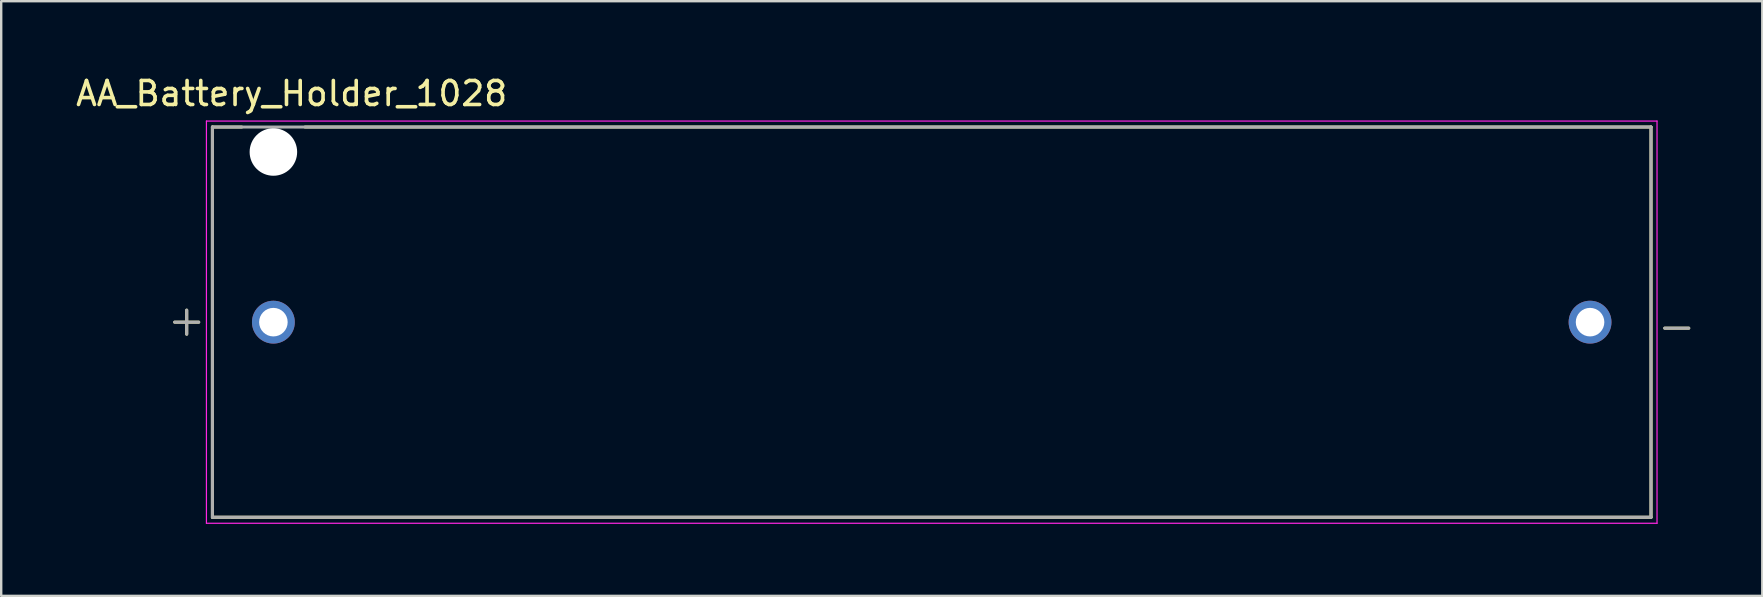
<source format=kicad_pcb>
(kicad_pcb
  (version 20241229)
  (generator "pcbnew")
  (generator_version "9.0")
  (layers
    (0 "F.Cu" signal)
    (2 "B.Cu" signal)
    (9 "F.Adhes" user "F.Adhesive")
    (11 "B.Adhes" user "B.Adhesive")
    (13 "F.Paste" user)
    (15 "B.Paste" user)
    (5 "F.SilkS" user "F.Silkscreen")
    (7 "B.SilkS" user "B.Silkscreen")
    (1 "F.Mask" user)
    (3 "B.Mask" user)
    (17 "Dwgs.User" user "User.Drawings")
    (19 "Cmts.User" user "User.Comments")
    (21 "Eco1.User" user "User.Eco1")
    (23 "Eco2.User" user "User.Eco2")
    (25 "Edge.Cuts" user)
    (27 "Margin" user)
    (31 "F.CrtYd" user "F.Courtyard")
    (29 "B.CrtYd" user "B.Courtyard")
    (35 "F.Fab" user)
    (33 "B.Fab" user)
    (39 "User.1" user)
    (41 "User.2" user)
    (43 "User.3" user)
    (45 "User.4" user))
  (footprint "AA_Battery_Holder_1028"
    (layer "F.Cu")
    (at 35.771 10.373)
    (property "Reference" "AA_Battery_Holder_1028" (at -26.67 -9.525 0) (layer "F.SilkS") (effects (font (size 1 1) (thickness 0.15))))
    (attr through_hole)
    (fp_line (start -31.042 -0.5) (end -31.042 0.5) (stroke (width 0.127) (type solid)) (layer "F.SilkS"))
    (fp_line (start -30.542 0) (end -31.542 0) (stroke (width 0.127) (type solid)) (layer "F.SilkS"))
    (fp_line (start -29.97 -8.13) (end -28.75 -8.13) (stroke (width 0.127) (type solid)) (layer "F.SilkS"))
    (fp_line (start -29.97 8.13) (end -29.97 -8.13) (stroke (width 0.127) (type solid)) (layer "F.SilkS"))
    (fp_line (start -26.11 -8.13) (end 29.97 -8.13) (stroke (width 0.127) (type solid)) (layer "F.SilkS"))
    (fp_line (start 29.97 -8.13) (end 29.97 8.13) (stroke (width 0.127) (type solid)) (layer "F.SilkS"))
    (fp_line (start 29.97 8.13) (end -29.97 8.13) (stroke (width 0.127) (type solid)) (layer "F.SilkS"))
    (fp_line (start 30.542 0.25) (end 31.542 0.25) (stroke (width 0.127) (type solid)) (layer "F.SilkS"))
    (fp_line (start -30.22 -8.38) (end 30.22 -8.38) (stroke (width 0.05) (type solid)) (layer "F.CrtYd"))
    (fp_line (start -30.22 8.38) (end -30.22 -8.38) (stroke (width 0.05) (type solid)) (layer "F.CrtYd"))
    (fp_line (start 30.22 -8.38) (end 30.22 8.38) (stroke (width 0.05) (type solid)) (layer "F.CrtYd"))
    (fp_line (start 30.22 8.38) (end -30.22 8.38) (stroke (width 0.05) (type solid)) (layer "F.CrtYd"))
    (fp_line (start -31.542 0) (end -30.542 0) (stroke (width 0.127) (type solid)) (layer "F.Fab"))
    (fp_line (start -31.042 -0.5) (end -31.042 0.5) (stroke (width 0.127) (type solid)) (layer "F.Fab"))
    (fp_line (start -29.97 -8.13) (end 29.97 -8.13) (stroke (width 0.127) (type solid)) (layer "F.Fab"))
    (fp_line (start -29.97 8.13) (end -29.97 -8.13) (stroke (width 0.127) (type solid)) (layer "F.Fab"))
    (fp_line (start 29.97 -8.13) (end 29.97 8.13) (stroke (width 0.127) (type solid)) (layer "F.Fab"))
    (fp_line (start 29.97 8.13) (end -29.97 8.13) (stroke (width 0.127) (type solid)) (layer "F.Fab"))
    (fp_line (start 30.542 0.25) (end 31.542 0.25) (stroke (width 0.127) (type solid)) (layer "F.Fab"))
    (pad "" np_thru_hole circle (at -27.43 -7.09) (size 1.98 1.98) (drill 1.98) (layers "*.Cu" "*.Mask"))
    (pad "N" thru_hole circle (at 27.43 0) (size 1.785 1.785) (drill 1.19) (layers "*.Cu" "*.Mask"))
    (pad "P" thru_hole circle (at -27.43 0) (size 1.785 1.785) (drill 1.19) (layers "*.Cu" "*.Mask")))
  (gr_rect
    (start -3 -3)
    (end 70.377 21.778)
    (stroke (width 0.1) (type default))
    (fill no)
    (layer "Edge.Cuts")))
</source>
